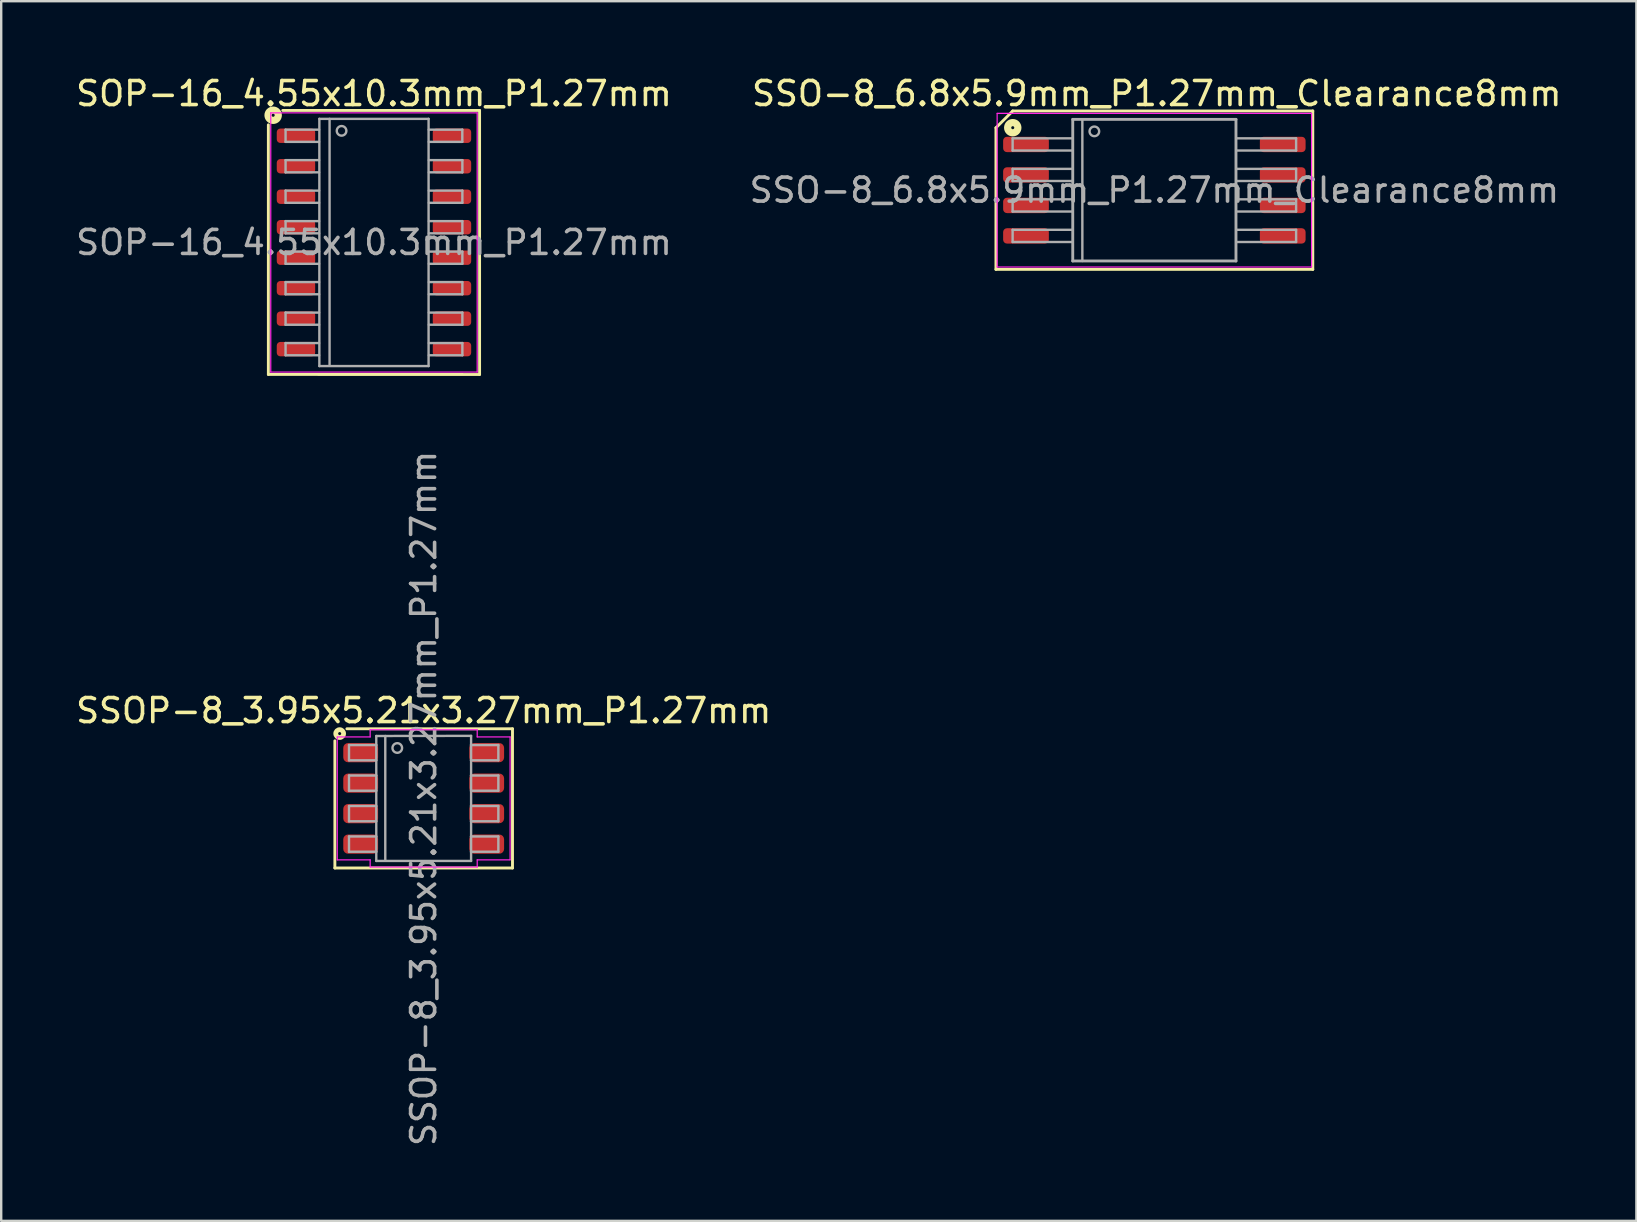
<source format=kicad_pcb>
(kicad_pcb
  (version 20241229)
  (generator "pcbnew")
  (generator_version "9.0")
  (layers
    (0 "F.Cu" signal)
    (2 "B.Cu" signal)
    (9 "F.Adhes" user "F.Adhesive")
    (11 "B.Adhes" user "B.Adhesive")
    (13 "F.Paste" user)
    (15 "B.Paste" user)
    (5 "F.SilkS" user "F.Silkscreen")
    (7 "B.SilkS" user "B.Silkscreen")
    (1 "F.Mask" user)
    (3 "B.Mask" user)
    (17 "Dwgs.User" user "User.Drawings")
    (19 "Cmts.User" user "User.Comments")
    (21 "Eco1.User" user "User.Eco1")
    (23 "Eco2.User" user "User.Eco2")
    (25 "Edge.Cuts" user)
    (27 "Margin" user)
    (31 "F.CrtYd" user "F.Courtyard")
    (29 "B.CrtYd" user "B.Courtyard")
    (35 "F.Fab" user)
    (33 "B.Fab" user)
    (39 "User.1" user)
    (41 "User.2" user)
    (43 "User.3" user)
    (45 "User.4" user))
  (footprint "SSOP-8_3.95x5.21x3.27mm_P1.27mm"
    (layer "F.Cu")
    (at 14.601 30.212)
    (property "Reference" "SSOP-8_3.95x5.21x3.27mm_P1.27mm" (at 0 -3.656 0) (layer "F.SilkS") (effects (font (size 1 1) (thickness 0.15))))
    (attr smd)
    (fp_line (start -3.7 -2.4) (end -3.7 2.9) (stroke (width 0.12) (type solid)) (layer "F.SilkS"))
    (fp_line (start -3.7 2.9) (end 3.7 2.9) (stroke (width 0.12) (type solid)) (layer "F.SilkS"))
    (fp_line (start 3.7 -2.9) (end -3.2 -2.9) (stroke (width 0.12) (type solid)) (layer "F.SilkS"))
    (fp_line (start 3.7 2.9) (end 3.7 -2.9) (stroke (width 0.12) (type solid)) (layer "F.SilkS"))
    (fp_circle (center -3.5 -2.7) (end -3.437 -2.7) (stroke (width 0.2) (type solid)) (fill no) (layer "F.SilkS"))
    (fp_line (start -3.6 -2.56) (end -2.23 -2.56) (stroke (width 0.05) (type solid)) (layer "F.CrtYd"))
    (fp_line (start -3.6 2.56) (end -3.6 -2.56) (stroke (width 0.05) (type solid)) (layer "F.CrtYd"))
    (fp_line (start -3.6 2.56) (end -2.23 2.56) (stroke (width 0.05) (type solid)) (layer "F.CrtYd"))
    (fp_line (start -2.23 -2.86) (end 2.23 -2.86) (stroke (width 0.05) (type solid)) (layer "F.CrtYd"))
    (fp_line (start -2.23 -2.56) (end -2.23 -2.86) (stroke (width 0.05) (type solid)) (layer "F.CrtYd"))
    (fp_line (start -2.23 2.86) (end -2.23 2.56) (stroke (width 0.05) (type solid)) (layer "F.CrtYd"))
    (fp_line (start 2.23 -2.56) (end 2.23 -2.85) (stroke (width 0.05) (type solid)) (layer "F.CrtYd"))
    (fp_line (start 2.23 -2.56) (end 3.6 -2.56) (stroke (width 0.05) (type solid)) (layer "F.CrtYd"))
    (fp_line (start 2.23 2.56) (end 3.6 2.56) (stroke (width 0.05) (type solid)) (layer "F.CrtYd"))
    (fp_line (start 2.23 2.86) (end -2.23 2.86) (stroke (width 0.05) (type solid)) (layer "F.CrtYd"))
    (fp_line (start 2.23 2.86) (end 2.23 2.56) (stroke (width 0.05) (type solid)) (layer "F.CrtYd"))
    (fp_line (start 3.6 2.56) (end 3.6 -2.56) (stroke (width 0.05) (type solid)) (layer "F.CrtYd"))
    (fp_line (start -3.111 -2.223) (end -3.111 -1.587) (stroke (width 0.1) (type solid)) (layer "F.Fab"))
    (fp_line (start -3.111 -2.223) (end -1.968 -2.223) (stroke (width 0.1) (type solid)) (layer "F.Fab"))
    (fp_line (start -3.111 -1.587) (end -1.968 -1.587) (stroke (width 0.1) (type solid)) (layer "F.Fab"))
    (fp_line (start -3.111 -0.953) (end -3.111 -0.318) (stroke (width 0.1) (type solid)) (layer "F.Fab"))
    (fp_line (start -3.111 -0.953) (end -1.968 -0.953) (stroke (width 0.1) (type solid)) (layer "F.Fab"))
    (fp_line (start -3.111 -0.318) (end -1.968 -0.318) (stroke (width 0.1) (type solid)) (layer "F.Fab"))
    (fp_line (start -3.111 0.318) (end -3.111 0.953) (stroke (width 0.1) (type solid)) (layer "F.Fab"))
    (fp_line (start -3.111 0.318) (end -1.968 0.318) (stroke (width 0.1) (type solid)) (layer "F.Fab"))
    (fp_line (start -3.111 0.953) (end -1.968 0.953) (stroke (width 0.1) (type solid)) (layer "F.Fab"))
    (fp_line (start -3.111 1.587) (end -3.111 2.223) (stroke (width 0.1) (type solid)) (layer "F.Fab"))
    (fp_line (start -3.111 1.587) (end -1.968 1.587) (stroke (width 0.1) (type solid)) (layer "F.Fab"))
    (fp_line (start -3.111 2.223) (end -1.968 2.223) (stroke (width 0.1) (type solid)) (layer "F.Fab"))
    (fp_line (start -1.975 -2.6) (end 1.975 -2.605) (stroke (width 0.1) (type solid)) (layer "F.Fab"))
    (fp_line (start -1.975 2.605) (end -1.975 -2.6) (stroke (width 0.1) (type solid)) (layer "F.Fab"))
    (fp_line (start -1.6 -2.6) (end -1.6 2.6) (stroke (width 0.1) (type solid)) (layer "F.Fab"))
    (fp_line (start 1.975 -2.605) (end 1.975 2.605) (stroke (width 0.1) (type solid)) (layer "F.Fab"))
    (fp_line (start 1.975 2.605) (end -1.975 2.605) (stroke (width 0.1) (type solid)) (layer "F.Fab"))
    (fp_line (start 3.111 -2.223) (end 1.968 -2.223) (stroke (width 0.1) (type solid)) (layer "F.Fab"))
    (fp_line (start 3.111 -1.587) (end 1.968 -1.587) (stroke (width 0.1) (type solid)) (layer "F.Fab"))
    (fp_line (start 3.111 -1.587) (end 3.111 -2.223) (stroke (width 0.1) (type solid)) (layer "F.Fab"))
    (fp_line (start 3.111 -0.953) (end 1.968 -0.953) (stroke (width 0.1) (type solid)) (layer "F.Fab"))
    (fp_line (start 3.111 -0.318) (end 1.968 -0.318) (stroke (width 0.1) (type solid)) (layer "F.Fab"))
    (fp_line (start 3.111 -0.318) (end 3.111 -0.953) (stroke (width 0.1) (type solid)) (layer "F.Fab"))
    (fp_line (start 3.111 0.318) (end 1.968 0.318) (stroke (width 0.1) (type solid)) (layer "F.Fab"))
    (fp_line (start 3.111 0.953) (end 1.968 0.953) (stroke (width 0.1) (type solid)) (layer "F.Fab"))
    (fp_line (start 3.111 0.953) (end 3.111 0.318) (stroke (width 0.1) (type solid)) (layer "F.Fab"))
    (fp_line (start 3.111 1.587) (end 1.968 1.587) (stroke (width 0.1) (type solid)) (layer "F.Fab"))
    (fp_line (start 3.111 2.223) (end 1.968 2.223) (stroke (width 0.1) (type solid)) (layer "F.Fab"))
    (fp_line (start 3.111 2.223) (end 3.111 1.587) (stroke (width 0.1) (type solid)) (layer "F.Fab"))
    (fp_circle (center -1.1 -2.1) (end -0.9 -2.1) (stroke (width 0.1) (type solid)) (fill no) (layer "F.Fab"))
    (fp_text user "${REFERENCE}" (at 0 0 90) (layer "F.Fab") (effects (font (size 1 1) (thickness 0.15))))
    (pad "1" smd roundrect (at -2.625 -1.905) (size 1.45 0.8) (layers "F.Cu" "F.Mask" "F.Paste") (roundrect_rratio 0.25))
    (pad "2" smd roundrect (at -2.625 -0.635) (size 1.45 0.8) (layers "F.Cu" "F.Mask" "F.Paste") (roundrect_rratio 0.25))
    (pad "3" smd roundrect (at -2.625 0.635) (size 1.45 0.8) (layers "F.Cu" "F.Mask" "F.Paste") (roundrect_rratio 0.25))
    (pad "4" smd roundrect (at -2.625 1.905) (size 1.45 0.8) (layers "F.Cu" "F.Mask" "F.Paste") (roundrect_rratio 0.25))
    (pad "5" smd roundrect (at 2.625 1.905) (size 1.45 0.8) (layers "F.Cu" "F.Mask" "F.Paste") (roundrect_rratio 0.25))
    (pad "6" smd roundrect (at 2.625 0.635) (size 1.45 0.8) (layers "F.Cu" "F.Mask" "F.Paste") (roundrect_rratio 0.25))
    (pad "7" smd roundrect (at 2.625 -0.635) (size 1.45 0.8) (layers "F.Cu" "F.Mask" "F.Paste") (roundrect_rratio 0.25))
    (pad "8" smd roundrect (at 2.625 -1.905) (size 1.45 0.8) (layers "F.Cu" "F.Mask" "F.Paste") (roundrect_rratio 0.25)))
  (footprint "SSO-8_6.8x5.9mm_P1.27mm_Clearance8mm"
    (layer "F.Cu")
    (at 45.042 4.873)
    (property "Reference" "SSO-8_6.8x5.9mm_P1.27mm_Clearance8mm" (at 0.1 -4.025 0) (layer "F.SilkS") (effects (font (size 1 1) (thickness 0.15))))
    (attr smd)
    (fp_line (start -6.6 -2.6) (end -6.6 3.3) (stroke (width 0.12) (type solid)) (layer "F.SilkS"))
    (fp_line (start -6.6 -2.6) (end -5.9 -3.3) (stroke (width 0.12) (type solid)) (layer "F.SilkS"))
    (fp_line (start -6.6 3.3) (end 6.6 3.3) (stroke (width 0.12) (type solid)) (layer "F.SilkS"))
    (fp_line (start 6.6 -3.3) (end -5.9 -3.3) (stroke (width 0.12) (type solid)) (layer "F.SilkS"))
    (fp_line (start 6.6 3.3) (end 6.6 -3.3) (stroke (width 0.12) (type solid)) (layer "F.SilkS"))
    (fp_circle (center -5.9 -2.603) (end -5.837 -2.603) (stroke (width 0.3) (type solid)) (fill no) (layer "F.SilkS"))
    (fp_line (start -6.55 -3.2) (end -6.55 3.2) (stroke (width 0.05) (type solid)) (layer "F.CrtYd"))
    (fp_line (start -6.55 -3.2) (end 6.55 -3.2) (stroke (width 0.05) (type solid)) (layer "F.CrtYd"))
    (fp_line (start 6.55 3.2) (end -6.55 3.2) (stroke (width 0.05) (type solid)) (layer "F.CrtYd"))
    (fp_line (start 6.55 3.2) (end 6.55 -3.2) (stroke (width 0.05) (type solid)) (layer "F.CrtYd"))
    (fp_line (start -5.905 -2.159) (end -5.905 -1.651) (stroke (width 0.1) (type solid)) (layer "F.Fab"))
    (fp_line (start -5.905 -2.159) (end -3.429 -2.159) (stroke (width 0.1) (type solid)) (layer "F.Fab"))
    (fp_line (start -5.905 -1.651) (end -3.429 -1.651) (stroke (width 0.1) (type solid)) (layer "F.Fab"))
    (fp_line (start -5.905 -0.889) (end -5.905 -0.381) (stroke (width 0.1) (type solid)) (layer "F.Fab"))
    (fp_line (start -5.905 -0.889) (end -3.429 -0.889) (stroke (width 0.1) (type solid)) (layer "F.Fab"))
    (fp_line (start -5.905 -0.381) (end -3.429 -0.381) (stroke (width 0.1) (type solid)) (layer "F.Fab"))
    (fp_line (start -5.905 0.381) (end -5.905 0.889) (stroke (width 0.1) (type solid)) (layer "F.Fab"))
    (fp_line (start -5.905 0.381) (end -3.429 0.381) (stroke (width 0.1) (type solid)) (layer "F.Fab"))
    (fp_line (start -5.905 0.889) (end -3.429 0.889) (stroke (width 0.1) (type solid)) (layer "F.Fab"))
    (fp_line (start -5.905 1.651) (end -5.905 2.159) (stroke (width 0.1) (type solid)) (layer "F.Fab"))
    (fp_line (start -5.905 1.651) (end -3.429 1.651) (stroke (width 0.1) (type solid)) (layer "F.Fab"))
    (fp_line (start -5.905 2.159) (end -3.429 2.159) (stroke (width 0.1) (type solid)) (layer "F.Fab"))
    (fp_line (start -3.4 -2.95) (end -3.4 2.95) (stroke (width 0.12) (type solid)) (layer "F.Fab"))
    (fp_line (start -3.4 2.95) (end 3.4 2.95) (stroke (width 0.12) (type solid)) (layer "F.Fab"))
    (fp_line (start -3 -2.95) (end -3 2.95) (stroke (width 0.1) (type solid)) (layer "F.Fab"))
    (fp_line (start 3.4 -2.95) (end -3.4 -2.95) (stroke (width 0.12) (type solid)) (layer "F.Fab"))
    (fp_line (start 3.4 2.95) (end 3.4 -2.95) (stroke (width 0.12) (type solid)) (layer "F.Fab"))
    (fp_line (start 5.905 -2.159) (end 3.429 -2.159) (stroke (width 0.1) (type solid)) (layer "F.Fab"))
    (fp_line (start 5.905 -1.651) (end 3.429 -1.651) (stroke (width 0.1) (type solid)) (layer "F.Fab"))
    (fp_line (start 5.905 -1.651) (end 5.905 -2.159) (stroke (width 0.1) (type solid)) (layer "F.Fab"))
    (fp_line (start 5.905 -0.889) (end 3.429 -0.889) (stroke (width 0.1) (type solid)) (layer "F.Fab"))
    (fp_line (start 5.905 -0.381) (end 3.429 -0.381) (stroke (width 0.1) (type solid)) (layer "F.Fab"))
    (fp_line (start 5.905 -0.381) (end 5.905 -0.889) (stroke (width 0.1) (type solid)) (layer "F.Fab"))
    (fp_line (start 5.905 0.381) (end 3.429 0.381) (stroke (width 0.1) (type solid)) (layer "F.Fab"))
    (fp_line (start 5.905 0.889) (end 3.429 0.889) (stroke (width 0.1) (type solid)) (layer "F.Fab"))
    (fp_line (start 5.905 0.889) (end 5.905 0.381) (stroke (width 0.1) (type solid)) (layer "F.Fab"))
    (fp_line (start 5.905 1.651) (end 3.429 1.651) (stroke (width 0.1) (type solid)) (layer "F.Fab"))
    (fp_line (start 5.905 2.159) (end 3.429 2.159) (stroke (width 0.1) (type solid)) (layer "F.Fab"))
    (fp_line (start 5.905 2.159) (end 5.905 1.651) (stroke (width 0.1) (type solid)) (layer "F.Fab"))
    (fp_circle (center -2.5 -2.45) (end -2.3 -2.45) (stroke (width 0.1) (type solid)) (fill no) (layer "F.Fab"))
    (fp_text user "${REFERENCE}" (at 0 0 0) (layer "F.Fab") (effects (font (size 1 1) (thickness 0.15))))
    (pad "1" smd roundrect (at -5.348 -1.905) (size 1.905 0.64) (layers "F.Cu" "F.Mask" "F.Paste") (roundrect_rratio 0.25))
    (pad "2" smd roundrect (at -5.348 -0.635) (size 1.905 0.64) (layers "F.Cu" "F.Mask" "F.Paste") (roundrect_rratio 0.25))
    (pad "3" smd roundrect (at -5.348 0.635) (size 1.905 0.64) (layers "F.Cu" "F.Mask" "F.Paste") (roundrect_rratio 0.25))
    (pad "4" smd roundrect (at -5.348 1.905) (size 1.905 0.64) (layers "F.Cu" "F.Mask" "F.Paste") (roundrect_rratio 0.25))
    (pad "5" smd roundrect (at 5.348 1.905) (size 1.905 0.64) (layers "F.Cu" "F.Mask" "F.Paste") (roundrect_rratio 0.25))
    (pad "6" smd roundrect (at 5.348 0.635) (size 1.905 0.64) (layers "F.Cu" "F.Mask" "F.Paste") (roundrect_rratio 0.25))
    (pad "7" smd roundrect (at 5.348 -0.635) (size 1.905 0.64) (layers "F.Cu" "F.Mask" "F.Paste") (roundrect_rratio 0.25))
    (pad "8" smd roundrect (at 5.348 -1.905) (size 1.905 0.64) (layers "F.Cu" "F.Mask" "F.Paste") (roundrect_rratio 0.25)))
  (footprint "SOP-16_4.55x10.3mm_P1.27mm"
    (layer "F.Cu")
    (at 12.53 7.051)
    (property "Reference" "SOP-16_4.55x10.3mm_P1.27mm" (at 0 -6.202 0) (layer "F.SilkS") (effects (font (size 1 1) (thickness 0.15))))
    (attr smd)
    (fp_line (start -4.4 -4.9) (end -4.4 5.499) (stroke (width 0.12) (type solid)) (layer "F.SilkS"))
    (fp_line (start -4.4 5.499) (end 4.4 5.5) (stroke (width 0.12) (type solid)) (layer "F.SilkS"))
    (fp_line (start 4.4 -5.5) (end -3.8 -5.5) (stroke (width 0.12) (type solid)) (layer "F.SilkS"))
    (fp_line (start 4.4 5.5) (end 4.4 -5.5) (stroke (width 0.12) (type solid)) (layer "F.SilkS"))
    (fp_circle (center -4.2 -5.3) (end -4.136 -5.3) (stroke (width 0.3) (type solid)) (fill no) (layer "F.SilkS"))
    (fp_line (start -4.3 -5.4) (end -4.3 5.4) (stroke (width 0.05) (type solid)) (layer "F.CrtYd"))
    (fp_line (start -4.3 5.4) (end 4.3 5.4) (stroke (width 0.05) (type solid)) (layer "F.CrtYd"))
    (fp_line (start 4.3 -5.4) (end -4.3 -5.4) (stroke (width 0.05) (type solid)) (layer "F.CrtYd"))
    (fp_line (start 4.3 5.4) (end 4.3 -5.4) (stroke (width 0.05) (type solid)) (layer "F.CrtYd"))
    (fp_line (start -3.683 -4.699) (end -3.683 -4.191) (stroke (width 0.1) (type solid)) (layer "F.Fab"))
    (fp_line (start -3.683 -4.699) (end -2.286 -4.699) (stroke (width 0.1) (type solid)) (layer "F.Fab"))
    (fp_line (start -3.683 -4.191) (end -2.286 -4.191) (stroke (width 0.1) (type solid)) (layer "F.Fab"))
    (fp_line (start -3.683 -3.429) (end -3.683 -2.921) (stroke (width 0.1) (type solid)) (layer "F.Fab"))
    (fp_line (start -3.683 -3.429) (end -2.286 -3.429) (stroke (width 0.1) (type solid)) (layer "F.Fab"))
    (fp_line (start -3.683 -2.921) (end -2.286 -2.921) (stroke (width 0.1) (type solid)) (layer "F.Fab"))
    (fp_line (start -3.683 -2.159) (end -3.683 -1.651) (stroke (width 0.1) (type solid)) (layer "F.Fab"))
    (fp_line (start -3.683 -2.159) (end -2.286 -2.159) (stroke (width 0.1) (type solid)) (layer "F.Fab"))
    (fp_line (start -3.683 -1.651) (end -2.286 -1.651) (stroke (width 0.1) (type solid)) (layer "F.Fab"))
    (fp_line (start -3.683 -0.889) (end -3.683 -0.381) (stroke (width 0.1) (type solid)) (layer "F.Fab"))
    (fp_line (start -3.683 -0.889) (end -2.286 -0.889) (stroke (width 0.1) (type solid)) (layer "F.Fab"))
    (fp_line (start -3.683 -0.381) (end -2.286 -0.381) (stroke (width 0.1) (type solid)) (layer "F.Fab"))
    (fp_line (start -3.683 0.381) (end -3.683 0.889) (stroke (width 0.1) (type solid)) (layer "F.Fab"))
    (fp_line (start -3.683 0.381) (end -2.286 0.381) (stroke (width 0.1) (type solid)) (layer "F.Fab"))
    (fp_line (start -3.683 0.889) (end -2.286 0.889) (stroke (width 0.1) (type solid)) (layer "F.Fab"))
    (fp_line (start -3.683 1.651) (end -3.683 2.159) (stroke (width 0.1) (type solid)) (layer "F.Fab"))
    (fp_line (start -3.683 1.651) (end -2.286 1.651) (stroke (width 0.1) (type solid)) (layer "F.Fab"))
    (fp_line (start -3.683 2.159) (end -2.286 2.159) (stroke (width 0.1) (type solid)) (layer "F.Fab"))
    (fp_line (start -3.683 2.921) (end -3.683 3.429) (stroke (width 0.1) (type solid)) (layer "F.Fab"))
    (fp_line (start -3.683 2.921) (end -2.286 2.921) (stroke (width 0.1) (type solid)) (layer "F.Fab"))
    (fp_line (start -3.683 3.429) (end -2.286 3.429) (stroke (width 0.1) (type solid)) (layer "F.Fab"))
    (fp_line (start -3.683 4.191) (end -3.683 4.699) (stroke (width 0.1) (type solid)) (layer "F.Fab"))
    (fp_line (start -3.683 4.191) (end -2.286 4.191) (stroke (width 0.1) (type solid)) (layer "F.Fab"))
    (fp_line (start -3.683 4.699) (end -2.286 4.699) (stroke (width 0.1) (type solid)) (layer "F.Fab"))
    (fp_line (start -2.275 -5.15) (end 2.275 -5.15) (stroke (width 0.1) (type solid)) (layer "F.Fab"))
    (fp_line (start -2.275 5.15) (end -2.275 -5.15) (stroke (width 0.1) (type solid)) (layer "F.Fab"))
    (fp_line (start -1.85 -5.15) (end -1.85 5.1) (stroke (width 0.1) (type solid)) (layer "F.Fab"))
    (fp_line (start 2.275 -5.15) (end 2.275 5.15) (stroke (width 0.1) (type solid)) (layer "F.Fab"))
    (fp_line (start 2.275 5.15) (end -2.275 5.15) (stroke (width 0.1) (type solid)) (layer "F.Fab"))
    (fp_line (start 3.68 -4.7) (end 2.283 -4.7) (stroke (width 0.1) (type solid)) (layer "F.Fab"))
    (fp_line (start 3.68 -4.192) (end 2.283 -4.192) (stroke (width 0.1) (type solid)) (layer "F.Fab"))
    (fp_line (start 3.68 -4.192) (end 3.68 -4.7) (stroke (width 0.1) (type solid)) (layer "F.Fab"))
    (fp_line (start 3.683 -3.429) (end 2.286 -3.429) (stroke (width 0.1) (type solid)) (layer "F.Fab"))
    (fp_line (start 3.683 -2.921) (end 2.286 -2.921) (stroke (width 0.1) (type solid)) (layer "F.Fab"))
    (fp_line (start 3.683 -2.921) (end 3.683 -3.429) (stroke (width 0.1) (type solid)) (layer "F.Fab"))
    (fp_line (start 3.683 -2.159) (end 2.286 -2.159) (stroke (width 0.1) (type solid)) (layer "F.Fab"))
    (fp_line (start 3.683 -1.651) (end 2.286 -1.651) (stroke (width 0.1) (type solid)) (layer "F.Fab"))
    (fp_line (start 3.683 -1.651) (end 3.683 -2.159) (stroke (width 0.1) (type solid)) (layer "F.Fab"))
    (fp_line (start 3.683 -0.889) (end 2.286 -0.889) (stroke (width 0.1) (type solid)) (layer "F.Fab"))
    (fp_line (start 3.683 -0.381) (end 2.286 -0.381) (stroke (width 0.1) (type solid)) (layer "F.Fab"))
    (fp_line (start 3.683 -0.381) (end 3.683 -0.889) (stroke (width 0.1) (type solid)) (layer "F.Fab"))
    (fp_line (start 3.683 0.381) (end 2.286 0.381) (stroke (width 0.1) (type solid)) (layer "F.Fab"))
    (fp_line (start 3.683 0.889) (end 2.286 0.889) (stroke (width 0.1) (type solid)) (layer "F.Fab"))
    (fp_line (start 3.683 0.889) (end 3.683 0.381) (stroke (width 0.1) (type solid)) (layer "F.Fab"))
    (fp_line (start 3.683 1.651) (end 2.286 1.651) (stroke (width 0.1) (type solid)) (layer "F.Fab"))
    (fp_line (start 3.683 2.159) (end 2.286 2.159) (stroke (width 0.1) (type solid)) (layer "F.Fab"))
    (fp_line (start 3.683 2.159) (end 3.683 1.651) (stroke (width 0.1) (type solid)) (layer "F.Fab"))
    (fp_line (start 3.683 2.921) (end 2.286 2.921) (stroke (width 0.1) (type solid)) (layer "F.Fab"))
    (fp_line (start 3.683 3.429) (end 2.286 3.429) (stroke (width 0.1) (type solid)) (layer "F.Fab"))
    (fp_line (start 3.683 3.429) (end 3.683 2.921) (stroke (width 0.1) (type solid)) (layer "F.Fab"))
    (fp_line (start 3.683 4.191) (end 2.286 4.191) (stroke (width 0.1) (type solid)) (layer "F.Fab"))
    (fp_line (start 3.683 4.699) (end 2.286 4.699) (stroke (width 0.1) (type solid)) (layer "F.Fab"))
    (fp_line (start 3.683 4.699) (end 3.683 4.191) (stroke (width 0.1) (type solid)) (layer "F.Fab"))
    (fp_circle (center -1.35 -4.65) (end -1.15 -4.65) (stroke (width 0.1) (type solid)) (fill no) (layer "F.Fab"))
    (fp_text user "${REFERENCE}" (at 0 0 0) (layer "F.Fab") (effects (font (size 1 1) (thickness 0.15))))
    (pad "1" smd roundrect (at -3.25 -4.445) (size 1.6 0.6) (layers "F.Cu" "F.Mask" "F.Paste") (roundrect_rratio 0.25))
    (pad "2" smd roundrect (at -3.25 -3.175) (size 1.6 0.6) (layers "F.Cu" "F.Mask" "F.Paste") (roundrect_rratio 0.25))
    (pad "3" smd roundrect (at -3.25 -1.905) (size 1.6 0.6) (layers "F.Cu" "F.Mask" "F.Paste") (roundrect_rratio 0.25))
    (pad "4" smd roundrect (at -3.25 -0.635) (size 1.6 0.6) (layers "F.Cu" "F.Mask" "F.Paste") (roundrect_rratio 0.25))
    (pad "5" smd roundrect (at -3.25 0.635) (size 1.6 0.6) (layers "F.Cu" "F.Mask" "F.Paste") (roundrect_rratio 0.25))
    (pad "6" smd roundrect (at -3.25 1.905) (size 1.6 0.6) (layers "F.Cu" "F.Mask" "F.Paste") (roundrect_rratio 0.25))
    (pad "7" smd roundrect (at -3.25 3.175) (size 1.6 0.6) (layers "F.Cu" "F.Mask" "F.Paste") (roundrect_rratio 0.25))
    (pad "8" smd roundrect (at -3.25 4.445) (size 1.6 0.6) (layers "F.Cu" "F.Mask" "F.Paste") (roundrect_rratio 0.25))
    (pad "9" smd roundrect (at 3.25 4.445) (size 1.6 0.6) (layers "F.Cu" "F.Mask" "F.Paste") (roundrect_rratio 0.25))
    (pad "10" smd roundrect (at 3.25 3.175) (size 1.6 0.6) (layers "F.Cu" "F.Mask" "F.Paste") (roundrect_rratio 0.25))
    (pad "11" smd roundrect (at 3.25 1.905) (size 1.6 0.6) (layers "F.Cu" "F.Mask" "F.Paste") (roundrect_rratio 0.25))
    (pad "12" smd roundrect (at 3.25 0.635) (size 1.6 0.6) (layers "F.Cu" "F.Mask" "F.Paste") (roundrect_rratio 0.25))
    (pad "13" smd roundrect (at 3.25 -0.635) (size 1.6 0.6) (layers "F.Cu" "F.Mask" "F.Paste") (roundrect_rratio 0.25))
    (pad "14" smd roundrect (at 3.25 -1.905) (size 1.6 0.6) (layers "F.Cu" "F.Mask" "F.Paste") (roundrect_rratio 0.25))
    (pad "15" smd roundrect (at 3.25 -3.175) (size 1.6 0.6) (layers "F.Cu" "F.Mask" "F.Paste") (roundrect_rratio 0.25))
    (pad "16" smd roundrect (at 3.25 -4.445) (size 1.6 0.6) (layers "F.Cu" "F.Mask" "F.Paste") (roundrect_rratio 0.25)))
  (gr_rect
    (start -3 -3)
    (end 65.124 47.813)
    (stroke (width 0.1) (type default))
    (fill no)
    (layer "Edge.Cuts")))
</source>
